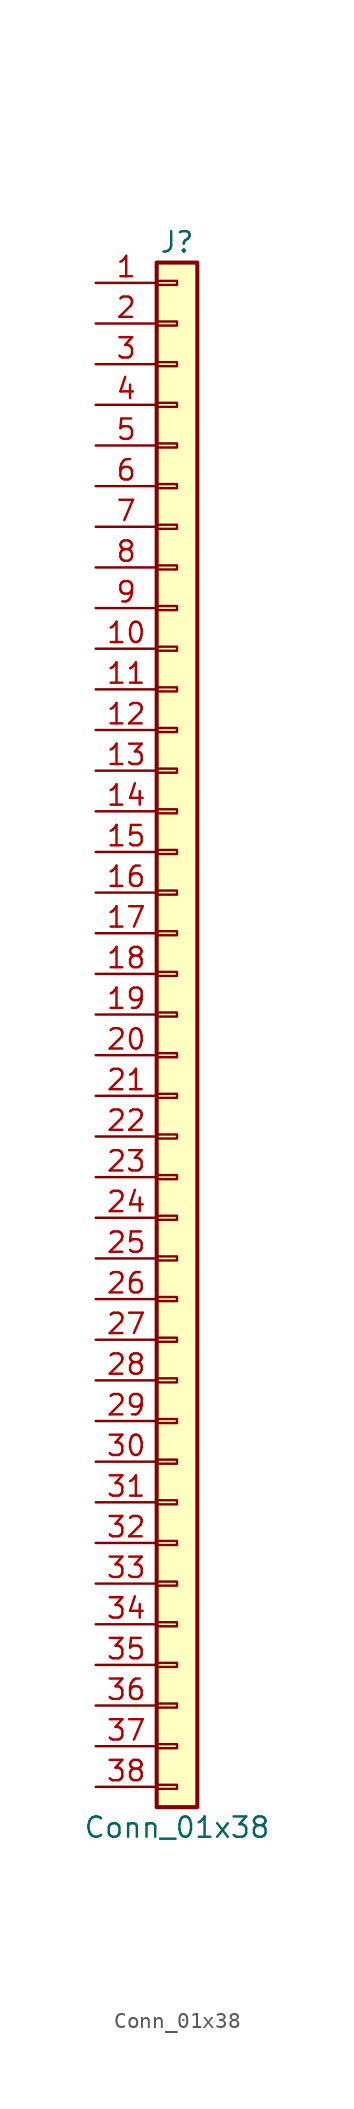
<source format=kicad_sym>
(kicad_symbol_lib
  (version 20201005)
  (generator kicad_symbol_editor)
  (symbol "Conn_01x38"
    (pin_names
      (offset 1.016) hide)
    (property "Reference" "J"
      (at 0 48.26 0)
      (effects (font (size 1.27 1.27))))
    (property "Value" "Conn_01x38"
      (at 0 -50.8 0)
      (effects (font (size 1.27 1.27))))
    (symbol "Conn_01x38_1_1"
      (rectangle (start -1.27 -48.133) (end 0 -48.387) (stroke (width 0.152)) (fill (type none)))
      (rectangle (start -1.27 -45.593) (end 0 -45.847) (stroke (width 0.152)) (fill (type none)))
      (rectangle (start -1.27 -43.053) (end 0 -43.307) (stroke (width 0.152)) (fill (type none)))
      (rectangle (start -1.27 -40.513) (end 0 -40.767) (stroke (width 0.152)) (fill (type none)))
      (rectangle (start -1.27 -37.973) (end 0 -38.227) (stroke (width 0.152)) (fill (type none)))
      (rectangle (start -1.27 -35.433) (end 0 -35.687) (stroke (width 0.152)) (fill (type none)))
      (rectangle (start -1.27 -32.893) (end 0 -33.147) (stroke (width 0.152)) (fill (type none)))
      (rectangle (start -1.27 -30.353) (end 0 -30.607) (stroke (width 0.152)) (fill (type none)))
      (rectangle (start -1.27 -27.813) (end 0 -28.067) (stroke (width 0.152)) (fill (type none)))
      (rectangle (start -1.27 -25.273) (end 0 -25.527) (stroke (width 0.152)) (fill (type none)))
      (rectangle (start -1.27 -22.733) (end 0 -22.987) (stroke (width 0.152)) (fill (type none)))
      (rectangle (start -1.27 -20.193) (end 0 -20.447) (stroke (width 0.152)) (fill (type none)))
      (rectangle (start -1.27 -17.653) (end 0 -17.907) (stroke (width 0.152)) (fill (type none)))
      (rectangle (start -1.27 -15.113) (end 0 -15.367) (stroke (width 0.152)) (fill (type none)))
      (rectangle (start -1.27 -12.573) (end 0 -12.827) (stroke (width 0.152)) (fill (type none)))
      (rectangle (start -1.27 -10.033) (end 0 -10.287) (stroke (width 0.152)) (fill (type none)))
      (rectangle (start -1.27 -7.493) (end 0 -7.747) (stroke (width 0.152)) (fill (type none)))
      (rectangle (start -1.27 -4.953) (end 0 -5.207) (stroke (width 0.152)) (fill (type none)))
      (rectangle (start -1.27 -2.413) (end 0 -2.667) (stroke (width 0.152)) (fill (type none)))
      (rectangle (start -1.27 0.127) (end 0 -0.127) (stroke (width 0.152)) (fill (type none)))
      (rectangle (start -1.27 2.667) (end 0 2.413) (stroke (width 0.152)) (fill (type none)))
      (rectangle (start -1.27 5.207) (end 0 4.953) (stroke (width 0.152)) (fill (type none)))
      (rectangle (start -1.27 7.747) (end 0 7.493) (stroke (width 0.152)) (fill (type none)))
      (rectangle (start -1.27 10.287) (end 0 10.033) (stroke (width 0.152)) (fill (type none)))
      (rectangle (start -1.27 12.827) (end 0 12.573) (stroke (width 0.152)) (fill (type none)))
      (rectangle (start -1.27 15.367) (end 0 15.113) (stroke (width 0.152)) (fill (type none)))
      (rectangle (start -1.27 17.907) (end 0 17.653) (stroke (width 0.152)) (fill (type none)))
      (rectangle (start -1.27 20.447) (end 0 20.193) (stroke (width 0.152)) (fill (type none)))
      (rectangle (start -1.27 22.987) (end 0 22.733) (stroke (width 0.152)) (fill (type none)))
      (rectangle (start -1.27 25.527) (end 0 25.273) (stroke (width 0.152)) (fill (type none)))
      (rectangle (start -1.27 28.067) (end 0 27.813) (stroke (width 0.152)) (fill (type none)))
      (rectangle (start -1.27 30.607) (end 0 30.353) (stroke (width 0.152)) (fill (type none)))
      (rectangle (start -1.27 33.147) (end 0 32.893) (stroke (width 0.152)) (fill (type none)))
      (rectangle (start -1.27 35.687) (end 0 35.433) (stroke (width 0.152)) (fill (type none)))
      (rectangle (start -1.27 38.227) (end 0 37.973) (stroke (width 0.152)) (fill (type none)))
      (rectangle (start -1.27 40.767) (end 0 40.513) (stroke (width 0.152)) (fill (type none)))
      (rectangle (start -1.27 43.307) (end 0 43.053) (stroke (width 0.152)) (fill (type none)))
      (rectangle (start -1.27 45.847) (end 0 45.593) (stroke (width 0.152)) (fill (type none)))
      (rectangle (start -1.27 46.99) (end 1.27 -49.53) (stroke (width 0.254)) (fill (type background)))
      (pin passive line (at -5.08 45.72 0) (length 3.81) (name "Pin_1" (effects (font (size 1.27 1.27)))) (number "1" (effects (font (size 1.27 1.27)))))
      (pin passive line (at -5.08 22.86 0) (length 3.81) (name "Pin_10" (effects (font (size 1.27 1.27)))) (number "10" (effects (font (size 1.27 1.27)))))
      (pin passive line (at -5.08 20.32 0) (length 3.81) (name "Pin_11" (effects (font (size 1.27 1.27)))) (number "11" (effects (font (size 1.27 1.27)))))
      (pin passive line (at -5.08 17.78 0) (length 3.81) (name "Pin_12" (effects (font (size 1.27 1.27)))) (number "12" (effects (font (size 1.27 1.27)))))
      (pin passive line (at -5.08 15.24 0) (length 3.81) (name "Pin_13" (effects (font (size 1.27 1.27)))) (number "13" (effects (font (size 1.27 1.27)))))
      (pin passive line (at -5.08 12.7 0) (length 3.81) (name "Pin_14" (effects (font (size 1.27 1.27)))) (number "14" (effects (font (size 1.27 1.27)))))
      (pin passive line (at -5.08 10.16 0) (length 3.81) (name "Pin_15" (effects (font (size 1.27 1.27)))) (number "15" (effects (font (size 1.27 1.27)))))
      (pin passive line (at -5.08 7.62 0) (length 3.81) (name "Pin_16" (effects (font (size 1.27 1.27)))) (number "16" (effects (font (size 1.27 1.27)))))
      (pin passive line (at -5.08 5.08 0) (length 3.81) (name "Pin_17" (effects (font (size 1.27 1.27)))) (number "17" (effects (font (size 1.27 1.27)))))
      (pin passive line (at -5.08 2.54 0) (length 3.81) (name "Pin_18" (effects (font (size 1.27 1.27)))) (number "18" (effects (font (size 1.27 1.27)))))
      (pin passive line (at -5.08 0 0) (length 3.81) (name "Pin_19" (effects (font (size 1.27 1.27)))) (number "19" (effects (font (size 1.27 1.27)))))
      (pin passive line (at -5.08 43.18 0) (length 3.81) (name "Pin_2" (effects (font (size 1.27 1.27)))) (number "2" (effects (font (size 1.27 1.27)))))
      (pin passive line (at -5.08 -2.54 0) (length 3.81) (name "Pin_20" (effects (font (size 1.27 1.27)))) (number "20" (effects (font (size 1.27 1.27)))))
      (pin passive line (at -5.08 -5.08 0) (length 3.81) (name "Pin_21" (effects (font (size 1.27 1.27)))) (number "21" (effects (font (size 1.27 1.27)))))
      (pin passive line (at -5.08 -7.62 0) (length 3.81) (name "Pin_22" (effects (font (size 1.27 1.27)))) (number "22" (effects (font (size 1.27 1.27)))))
      (pin passive line (at -5.08 -10.16 0) (length 3.81) (name "Pin_23" (effects (font (size 1.27 1.27)))) (number "23" (effects (font (size 1.27 1.27)))))
      (pin passive line (at -5.08 -12.7 0) (length 3.81) (name "Pin_24" (effects (font (size 1.27 1.27)))) (number "24" (effects (font (size 1.27 1.27)))))
      (pin passive line (at -5.08 -15.24 0) (length 3.81) (name "Pin_25" (effects (font (size 1.27 1.27)))) (number "25" (effects (font (size 1.27 1.27)))))
      (pin passive line (at -5.08 -17.78 0) (length 3.81) (name "Pin_26" (effects (font (size 1.27 1.27)))) (number "26" (effects (font (size 1.27 1.27)))))
      (pin passive line (at -5.08 -20.32 0) (length 3.81) (name "Pin_27" (effects (font (size 1.27 1.27)))) (number "27" (effects (font (size 1.27 1.27)))))
      (pin passive line (at -5.08 -22.86 0) (length 3.81) (name "Pin_28" (effects (font (size 1.27 1.27)))) (number "28" (effects (font (size 1.27 1.27)))))
      (pin passive line (at -5.08 -25.4 0) (length 3.81) (name "Pin_29" (effects (font (size 1.27 1.27)))) (number "29" (effects (font (size 1.27 1.27)))))
      (pin passive line (at -5.08 40.64 0) (length 3.81) (name "Pin_3" (effects (font (size 1.27 1.27)))) (number "3" (effects (font (size 1.27 1.27)))))
      (pin passive line (at -5.08 -27.94 0) (length 3.81) (name "Pin_30" (effects (font (size 1.27 1.27)))) (number "30" (effects (font (size 1.27 1.27)))))
      (pin passive line (at -5.08 -30.48 0) (length 3.81) (name "Pin_31" (effects (font (size 1.27 1.27)))) (number "31" (effects (font (size 1.27 1.27)))))
      (pin passive line (at -5.08 -33.02 0) (length 3.81) (name "Pin_32" (effects (font (size 1.27 1.27)))) (number "32" (effects (font (size 1.27 1.27)))))
      (pin passive line (at -5.08 -35.56 0) (length 3.81) (name "Pin_33" (effects (font (size 1.27 1.27)))) (number "33" (effects (font (size 1.27 1.27)))))
      (pin passive line (at -5.08 -38.1 0) (length 3.81) (name "Pin_34" (effects (font (size 1.27 1.27)))) (number "34" (effects (font (size 1.27 1.27)))))
      (pin passive line (at -5.08 -40.64 0) (length 3.81) (name "Pin_35" (effects (font (size 1.27 1.27)))) (number "35" (effects (font (size 1.27 1.27)))))
      (pin passive line (at -5.08 -43.18 0) (length 3.81) (name "Pin_36" (effects (font (size 1.27 1.27)))) (number "36" (effects (font (size 1.27 1.27)))))
      (pin passive line (at -5.08 -45.72 0) (length 3.81) (name "Pin_37" (effects (font (size 1.27 1.27)))) (number "37" (effects (font (size 1.27 1.27)))))
      (pin passive line (at -5.08 -48.26 0) (length 3.81) (name "Pin_38" (effects (font (size 1.27 1.27)))) (number "38" (effects (font (size 1.27 1.27)))))
      (pin passive line (at -5.08 38.1 0) (length 3.81) (name "Pin_4" (effects (font (size 1.27 1.27)))) (number "4" (effects (font (size 1.27 1.27)))))
      (pin passive line (at -5.08 35.56 0) (length 3.81) (name "Pin_5" (effects (font (size 1.27 1.27)))) (number "5" (effects (font (size 1.27 1.27)))))
      (pin passive line (at -5.08 33.02 0) (length 3.81) (name "Pin_6" (effects (font (size 1.27 1.27)))) (number "6" (effects (font (size 1.27 1.27)))))
      (pin passive line (at -5.08 30.48 0) (length 3.81) (name "Pin_7" (effects (font (size 1.27 1.27)))) (number "7" (effects (font (size 1.27 1.27)))))
      (pin passive line (at -5.08 27.94 0) (length 3.81) (name "Pin_8" (effects (font (size 1.27 1.27)))) (number "8" (effects (font (size 1.27 1.27)))))
      (pin passive line (at -5.08 25.4 0) (length 3.81) (name "Pin_9" (effects (font (size 1.27 1.27)))) (number "9" (effects (font (size 1.27 1.27))))))))
</source>
